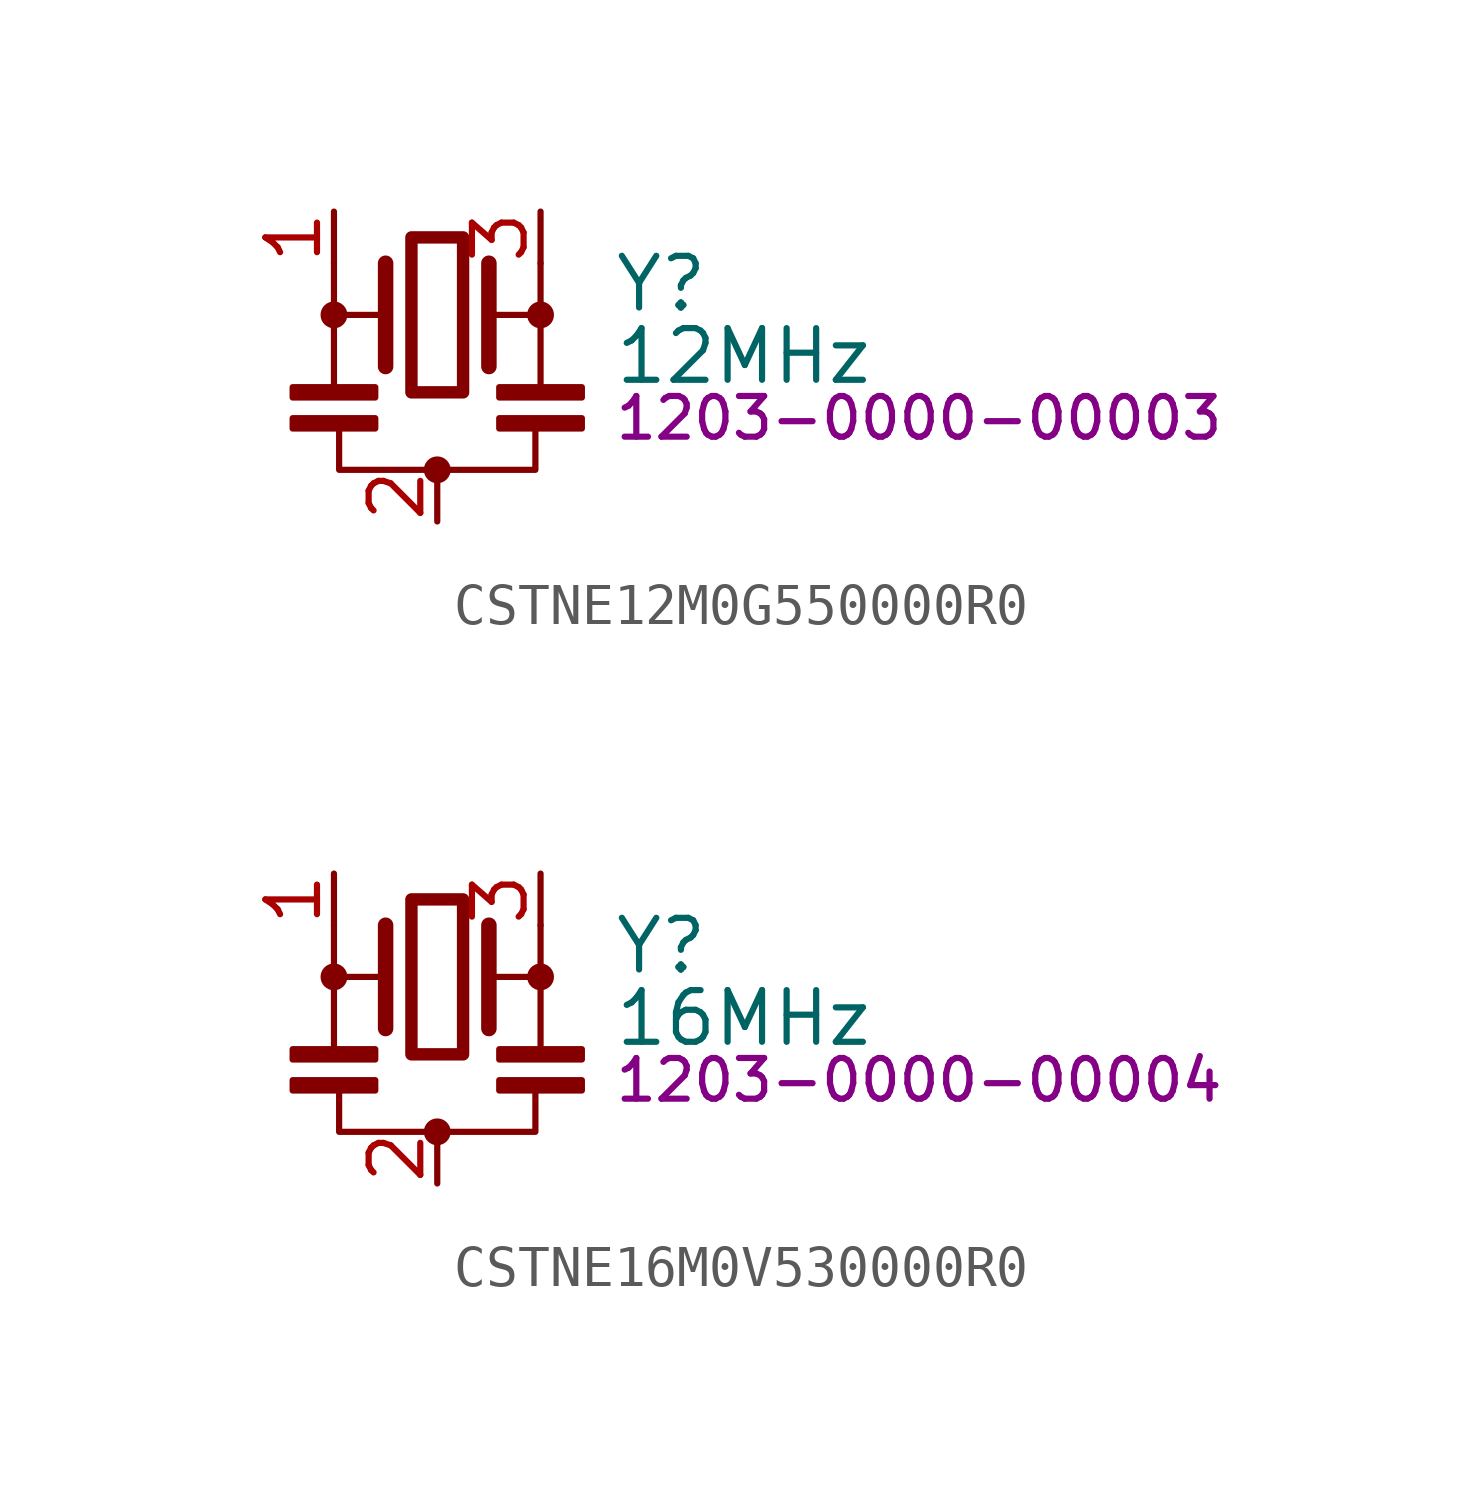
<source format=kicad_sym>
(kicad_symbol_lib
  (version 20231120)
  (generator "kicad_symbol_editor")
  (generator_version "8.0")
  (symbol "CSTNE12M0G550000R0"
    (property "Reference" "Y"
      (at 4.318 0.762 0)
      (effects (font (size 1.27 1.27)) (justify left)))
    (property "Value" "12MHz"
      (at 4.318 -1.016 0)
      (effects (font (size 1.27 1.27)) (justify left)))
    (property "PartNumber" "1203-0000-00003"
      (at 4.318 -2.54 0)
      (effects (font (size 1 1)) (justify left)))
    (symbol "CSTNE12M0G550000R0_0_1"
      (rectangle (start -3.556 -2.54) (end -1.524 -2.794) (stroke (width 0) (type default)) (fill (type outline)))
      (rectangle (start -3.556 -1.778) (end -1.524 -2.032) (stroke (width 0) (type default)) (fill (type outline)))
      (circle (center -2.54 0) (radius 0.254) (stroke (width 0) (type default)) (fill (type outline)))
      (rectangle (start -0.635 1.905) (end 0.635 -1.905) (stroke (width 0.305) (type default)) (fill (type none)))
      (circle (center 0 -3.81) (radius 0.254) (stroke (width 0) (type default)) (fill (type outline)))
      (polyline (pts (xy -2.54 -1.778) (xy -2.54 0)) (stroke (width 0) (type default)) (fill (type none)))
      (polyline (pts (xy -2.54 0) (xy -1.397 0)) (stroke (width 0) (type default)) (fill (type none)))
      (polyline (pts (xy -2.54 1.27) (xy -2.54 0)) (stroke (width 0) (type default)) (fill (type none)))
      (polyline (pts (xy -1.27 -1.27) (xy -1.27 1.27)) (stroke (width 0.381) (type default)) (fill (type none)))
      (polyline (pts (xy 1.27 -1.27) (xy 1.27 1.27)) (stroke (width 0.381) (type default)) (fill (type none)))
      (polyline (pts (xy 1.27 0) (xy 2.54 0)) (stroke (width 0) (type default)) (fill (type none)))
      (polyline (pts (xy 2.54 0) (xy 2.54 -1.778)) (stroke (width 0) (type default)) (fill (type none)))
      (polyline (pts (xy 2.54 1.27) (xy 2.54 0)) (stroke (width 0) (type default)) (fill (type none)))
      (polyline (pts (xy 2.413 -2.794) (xy 2.413 -3.81) (xy -2.413 -3.81) (xy -2.413 -2.667)) (stroke (width 0) (type default)) (fill (type none)))
      (rectangle (start 1.524 -2.54) (end 3.556 -2.794) (stroke (width 0) (type default)) (fill (type outline)))
      (rectangle (start 1.524 -1.778) (end 3.556 -2.032) (stroke (width 0) (type default)) (fill (type outline)))
      (circle (center 2.54 0) (radius 0.254) (stroke (width 0) (type default)) (fill (type outline))))
    (symbol "CSTNE12M0G550000R0_1_1"
      (pin passive line (at -2.54 2.54 270) (length 1.27) (name "1" (effects (font (size 0 0)))) (number "1" (effects (font (size 1.27 1.27)))))
      (pin passive line (at 0 -5.08 90) (length 1.27) (name "2" (effects (font (size 0 0)))) (number "2" (effects (font (size 1.27 1.27)))))
      (pin passive line (at 2.54 2.54 270) (length 1.27) (name "3" (effects (font (size 0 0)))) (number "3" (effects (font (size 1.27 1.27)))))))
  (symbol "CSTNE16M0V530000R0"
    (property "Reference" "Y"
      (at 4.318 0.762 0)
      (effects (font (size 1.27 1.27)) (justify left)))
    (property "Value" "16MHz"
      (at 4.318 -1.016 0)
      (effects (font (size 1.27 1.27)) (justify left)))
    (property "PartNumber" "1203-0000-00004"
      (at 4.318 -2.54 0)
      (effects (font (size 1 1)) (justify left)))
    (symbol "CSTNE16M0V530000R0_0_1"
      (rectangle (start -3.556 -2.54) (end -1.524 -2.794) (stroke (width 0) (type default)) (fill (type outline)))
      (rectangle (start -3.556 -1.778) (end -1.524 -2.032) (stroke (width 0) (type default)) (fill (type outline)))
      (circle (center -2.54 0) (radius 0.254) (stroke (width 0) (type default)) (fill (type outline)))
      (rectangle (start -0.635 1.905) (end 0.635 -1.905) (stroke (width 0.305) (type default)) (fill (type none)))
      (circle (center 0 -3.81) (radius 0.254) (stroke (width 0) (type default)) (fill (type outline)))
      (polyline (pts (xy -2.54 -1.778) (xy -2.54 0)) (stroke (width 0) (type default)) (fill (type none)))
      (polyline (pts (xy -2.54 0) (xy -1.397 0)) (stroke (width 0) (type default)) (fill (type none)))
      (polyline (pts (xy -2.54 1.27) (xy -2.54 0)) (stroke (width 0) (type default)) (fill (type none)))
      (polyline (pts (xy -1.27 -1.27) (xy -1.27 1.27)) (stroke (width 0.381) (type default)) (fill (type none)))
      (polyline (pts (xy 1.27 -1.27) (xy 1.27 1.27)) (stroke (width 0.381) (type default)) (fill (type none)))
      (polyline (pts (xy 1.27 0) (xy 2.54 0)) (stroke (width 0) (type default)) (fill (type none)))
      (polyline (pts (xy 2.54 0) (xy 2.54 -1.778)) (stroke (width 0) (type default)) (fill (type none)))
      (polyline (pts (xy 2.54 1.27) (xy 2.54 0)) (stroke (width 0) (type default)) (fill (type none)))
      (polyline (pts (xy 2.413 -2.794) (xy 2.413 -3.81) (xy -2.413 -3.81) (xy -2.413 -2.667)) (stroke (width 0) (type default)) (fill (type none)))
      (rectangle (start 1.524 -2.54) (end 3.556 -2.794) (stroke (width 0) (type default)) (fill (type outline)))
      (rectangle (start 1.524 -1.778) (end 3.556 -2.032) (stroke (width 0) (type default)) (fill (type outline)))
      (circle (center 2.54 0) (radius 0.254) (stroke (width 0) (type default)) (fill (type outline))))
    (symbol "CSTNE16M0V530000R0_1_1"
      (pin passive line (at -2.54 2.54 270) (length 1.27) (name "1" (effects (font (size 0 0)))) (number "1" (effects (font (size 1.27 1.27)))))
      (pin passive line (at 0 -5.08 90) (length 1.27) (name "2" (effects (font (size 0 0)))) (number "2" (effects (font (size 1.27 1.27)))))
      (pin passive line (at 2.54 2.54 270) (length 1.27) (name "3" (effects (font (size 0 0)))) (number "3" (effects (font (size 1.27 1.27))))))))
</source>
